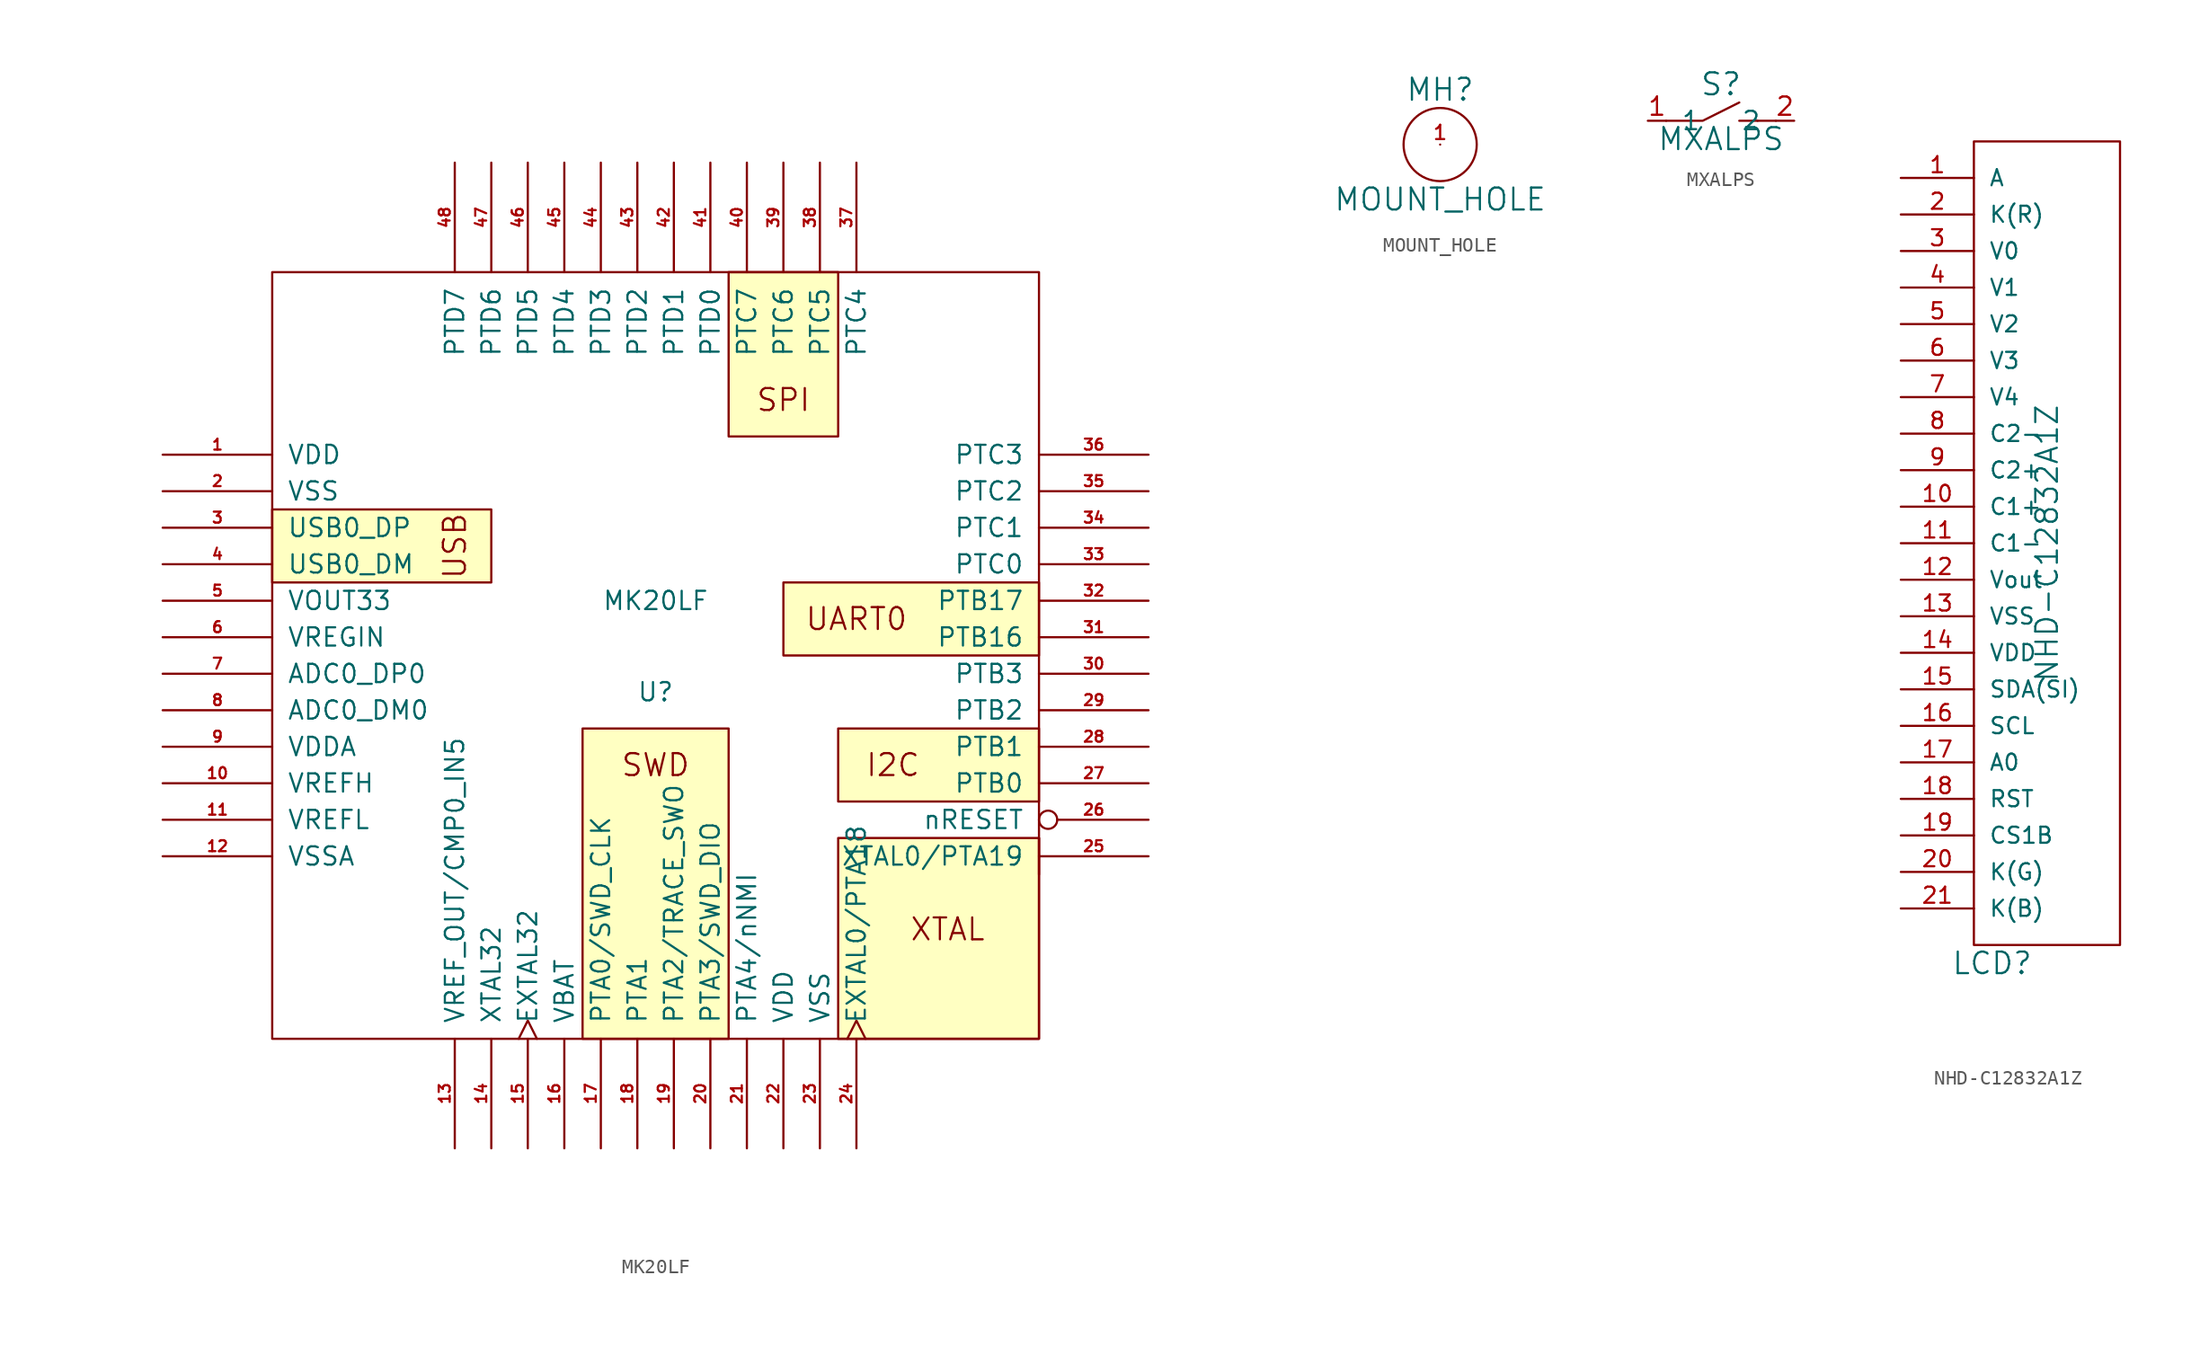
<source format=kicad_sym>
(kicad_symbol_lib
  (version 20201005)
  (generator kicad_symbol_editor)
  (symbol "MK20LF"
    (pin_names
      (offset 1.016))
    (property "Reference" "U"
      (at 0 -2.54 0)
      (effects (font (size 1.27 1.27))))
    (property "Value" "MK20LF"
      (at 0 3.81 0)
      (effects (font (size 1.27 1.27))))
    (property "Footprint" ""
      (at 0 0 0)
      (effects (font (size 1.524 1.524))))
    (property "Datasheet" ""
      (at 0 0 0)
      (effects (font (size 1.524 1.524))))
    (symbol "MK20LF_0_0"
      (text "I2C" (at 16.51 -7.62 0) (effects (font (size 1.524 1.524))))
      (text "SPI" (at 8.89 17.78 0) (effects (font (size 1.524 1.524))))
      (text "SWD" (at 0 -7.62 0) (effects (font (size 1.524 1.524))))
      (text "UART0" (at 13.97 2.54 0) (effects (font (size 1.524 1.524))))
      (text "USB" (at -13.97 7.62 900) (effects (font (size 1.524 1.524))))
      (text "XTAL" (at 20.32 -19.05 0) (effects (font (size 1.524 1.524))))
      (rectangle (start -26.67 -26.67) (end 26.67 26.67) (stroke (width 0)) (fill (type none)))
      (rectangle (start -11.43 5.08) (end -26.67 10.16) (stroke (width 0)) (fill (type background)))
      (rectangle (start 5.08 -5.08) (end -5.08 -26.67) (stroke (width 0)) (fill (type background)))
      (rectangle (start 8.89 0) (end 26.67 5.08) (stroke (width 0)) (fill (type background)))
      (rectangle (start 12.7 15.24) (end 5.08 26.67) (stroke (width 0)) (fill (type background)))
      (rectangle (start 26.67 -5.08) (end 12.7 -10.16) (stroke (width 0)) (fill (type background))))
    (symbol "MK20LF_0_1"
      (rectangle (start 26.67 -12.7) (end 26.67 -15.24) (stroke (width 0)) (fill (type none)))
      (rectangle (start 12.7 -26.67) (end 26.67 -12.7) (stroke (width 0)) (fill (type background))))
    (symbol "MK20LF_1_1"
      (pin power_in line (at -34.29 13.97 0) (length 7.62) (name "VDD" (effects (font (size 1.27 1.27)))) (number "1" (effects (font (size 0.762 0.762)))))
      (pin input line (at -34.29 -8.89 0) (length 7.62) (name "VREFH" (effects (font (size 1.27 1.27)))) (number "10" (effects (font (size 0.762 0.762)))))
      (pin input line (at -34.29 -11.43 0) (length 7.62) (name "VREFL" (effects (font (size 1.27 1.27)))) (number "11" (effects (font (size 0.762 0.762)))))
      (pin power_in line (at -34.29 -13.97 0) (length 7.62) (name "VSSA" (effects (font (size 1.27 1.27)))) (number "12" (effects (font (size 0.762 0.762)))))
      (pin passive line (at -13.97 -34.29 90) (length 7.62) (name "VREF_OUT/CMP0_IN5" (effects (font (size 1.27 1.27)))) (number "13" (effects (font (size 0.762 0.762)))))
      (pin output line (at -11.43 -34.29 90) (length 7.62) (name "XTAL32" (effects (font (size 1.27 1.27)))) (number "14" (effects (font (size 0.762 0.762)))))
      (pin input clock (at -8.89 -34.29 90) (length 7.62) (name "EXTAL32" (effects (font (size 1.27 1.27)))) (number "15" (effects (font (size 0.762 0.762)))))
      (pin power_in line (at -6.35 -34.29 90) (length 7.62) (name "VBAT" (effects (font (size 1.27 1.27)))) (number "16" (effects (font (size 0.762 0.762)))))
      (pin passive line (at -3.81 -34.29 90) (length 7.62) (name "PTA0/SWD_CLK" (effects (font (size 1.27 1.27)))) (number "17" (effects (font (size 0.762 0.762)))))
      (pin passive line (at -1.27 -34.29 90) (length 7.62) (name "PTA1" (effects (font (size 1.27 1.27)))) (number "18" (effects (font (size 0.762 0.762)))))
      (pin passive line (at 1.27 -34.29 90) (length 7.62) (name "PTA2/TRACE_SWO" (effects (font (size 1.27 1.27)))) (number "19" (effects (font (size 0.762 0.762)))))
      (pin power_in line (at -34.29 11.43 0) (length 7.62) (name "VSS" (effects (font (size 1.27 1.27)))) (number "2" (effects (font (size 0.762 0.762)))))
      (pin passive line (at 3.81 -34.29 90) (length 7.62) (name "PTA3/SWD_DIO" (effects (font (size 1.27 1.27)))) (number "20" (effects (font (size 0.762 0.762)))))
      (pin passive line (at 6.35 -34.29 90) (length 7.62) (name "PTA4/nNMI" (effects (font (size 1.27 1.27)))) (number "21" (effects (font (size 0.762 0.762)))))
      (pin power_in line (at 8.89 -34.29 90) (length 7.62) (name "VDD" (effects (font (size 1.27 1.27)))) (number "22" (effects (font (size 0.762 0.762)))))
      (pin power_in line (at 11.43 -34.29 90) (length 7.62) (name "VSS" (effects (font (size 1.27 1.27)))) (number "23" (effects (font (size 0.762 0.762)))))
      (pin passive clock (at 13.97 -34.29 90) (length 7.62) (name "EXTAL0/PTA18" (effects (font (size 1.27 1.27)))) (number "24" (effects (font (size 0.762 0.762)))))
      (pin passive line (at 34.29 -13.97 180) (length 7.62) (name "XTAL0/PTA19" (effects (font (size 1.27 1.27)))) (number "25" (effects (font (size 0.762 0.762)))))
      (pin bidirectional inverted (at 34.29 -11.43 180) (length 7.62) (name "nRESET" (effects (font (size 1.27 1.27)))) (number "26" (effects (font (size 0.762 0.762)))))
      (pin passive line (at 34.29 -8.89 180) (length 7.62) (name "PTB0" (effects (font (size 1.27 1.27)))) (number "27" (effects (font (size 0.762 0.762)))))
      (pin passive line (at 34.29 -6.35 180) (length 7.62) (name "PTB1" (effects (font (size 1.27 1.27)))) (number "28" (effects (font (size 0.762 0.762)))))
      (pin passive line (at 34.29 -3.81 180) (length 7.62) (name "PTB2" (effects (font (size 1.27 1.27)))) (number "29" (effects (font (size 0.762 0.762)))))
      (pin tri_state line (at -34.29 8.89 0) (length 7.62) (name "USB0_DP" (effects (font (size 1.27 1.27)))) (number "3" (effects (font (size 0.762 0.762)))))
      (pin passive line (at 34.29 -1.27 180) (length 7.62) (name "PTB3" (effects (font (size 1.27 1.27)))) (number "30" (effects (font (size 0.762 0.762)))))
      (pin passive line (at 34.29 1.27 180) (length 7.62) (name "PTB16" (effects (font (size 1.27 1.27)))) (number "31" (effects (font (size 0.762 0.762)))))
      (pin passive line (at 34.29 3.81 180) (length 7.62) (name "PTB17" (effects (font (size 1.27 1.27)))) (number "32" (effects (font (size 0.762 0.762)))))
      (pin passive line (at 34.29 6.35 180) (length 7.62) (name "PTC0" (effects (font (size 1.27 1.27)))) (number "33" (effects (font (size 0.762 0.762)))))
      (pin passive line (at 34.29 8.89 180) (length 7.62) (name "PTC1" (effects (font (size 1.27 1.27)))) (number "34" (effects (font (size 0.762 0.762)))))
      (pin passive line (at 34.29 11.43 180) (length 7.62) (name "PTC2" (effects (font (size 1.27 1.27)))) (number "35" (effects (font (size 0.762 0.762)))))
      (pin passive line (at 34.29 13.97 180) (length 7.62) (name "PTC3" (effects (font (size 1.27 1.27)))) (number "36" (effects (font (size 0.762 0.762)))))
      (pin passive line (at 13.97 34.29 270) (length 7.62) (name "PTC4" (effects (font (size 1.27 1.27)))) (number "37" (effects (font (size 0.762 0.762)))))
      (pin passive line (at 11.43 34.29 270) (length 7.62) (name "PTC5" (effects (font (size 1.27 1.27)))) (number "38" (effects (font (size 0.762 0.762)))))
      (pin passive line (at 8.89 34.29 270) (length 7.62) (name "PTC6" (effects (font (size 1.27 1.27)))) (number "39" (effects (font (size 0.762 0.762)))))
      (pin tri_state line (at -34.29 6.35 0) (length 7.62) (name "USB0_DM" (effects (font (size 1.27 1.27)))) (number "4" (effects (font (size 0.762 0.762)))))
      (pin passive line (at 6.35 34.29 270) (length 7.62) (name "PTC7" (effects (font (size 1.27 1.27)))) (number "40" (effects (font (size 0.762 0.762)))))
      (pin passive line (at 3.81 34.29 270) (length 7.62) (name "PTD0" (effects (font (size 1.27 1.27)))) (number "41" (effects (font (size 0.762 0.762)))))
      (pin passive line (at 1.27 34.29 270) (length 7.62) (name "PTD1" (effects (font (size 1.27 1.27)))) (number "42" (effects (font (size 0.762 0.762)))))
      (pin passive line (at -1.27 34.29 270) (length 7.62) (name "PTD2" (effects (font (size 1.27 1.27)))) (number "43" (effects (font (size 0.762 0.762)))))
      (pin passive line (at -3.81 34.29 270) (length 7.62) (name "PTD3" (effects (font (size 1.27 1.27)))) (number "44" (effects (font (size 0.762 0.762)))))
      (pin passive line (at -6.35 34.29 270) (length 7.62) (name "PTD4" (effects (font (size 1.27 1.27)))) (number "45" (effects (font (size 0.762 0.762)))))
      (pin passive line (at -8.89 34.29 270) (length 7.62) (name "PTD5" (effects (font (size 1.27 1.27)))) (number "46" (effects (font (size 0.762 0.762)))))
      (pin passive line (at -11.43 34.29 270) (length 7.62) (name "PTD6" (effects (font (size 1.27 1.27)))) (number "47" (effects (font (size 0.762 0.762)))))
      (pin passive line (at -13.97 34.29 270) (length 7.62) (name "PTD7" (effects (font (size 1.27 1.27)))) (number "48" (effects (font (size 0.762 0.762)))))
      (pin power_out line (at -34.29 3.81 0) (length 7.62) (name "VOUT33" (effects (font (size 1.27 1.27)))) (number "5" (effects (font (size 0.762 0.762)))))
      (pin power_in line (at -34.29 1.27 0) (length 7.62) (name "VREGIN" (effects (font (size 1.27 1.27)))) (number "6" (effects (font (size 0.762 0.762)))))
      (pin input line (at -34.29 -1.27 0) (length 7.62) (name "ADC0_DP0" (effects (font (size 1.27 1.27)))) (number "7" (effects (font (size 0.762 0.762)))))
      (pin input line (at -34.29 -3.81 0) (length 7.62) (name "ADC0_DM0" (effects (font (size 1.27 1.27)))) (number "8" (effects (font (size 0.762 0.762)))))
      (pin power_in line (at -34.29 -6.35 0) (length 7.62) (name "VDDA" (effects (font (size 1.27 1.27)))) (number "9" (effects (font (size 0.762 0.762)))))))
  (symbol "MOUNT_HOLE"
    (pin_names
      (offset 1.016))
    (property "Reference" "MH"
      (at 0 3.81 0)
      (effects (font (size 1.524 1.524))))
    (property "Value" "MOUNT_HOLE"
      (at 0 -3.81 0)
      (effects (font (size 1.524 1.524))))
    (property "Footprint" ""
      (at 0 0 0)
      (effects (font (size 1.524 1.524))))
    (property "Datasheet" ""
      (at 0 0 0)
      (effects (font (size 1.524 1.524))))
    (symbol "MOUNT_HOLE_0_1"
      (circle (center 0 0) (radius 2.54) (stroke (width 0)) (fill (type none))))
    (symbol "MOUNT_HOLE_1_1"
      (pin bidirectional line (at 0 0 0) (length 0) (name "~" (effects (font (size 1.27 1.27)))) (number "1" (effects (font (size 0.991 0.991)))))))
  (symbol "MXALPS"
    (pin_names
      (offset 1.016))
    (property "Reference" "S"
      (at 0 2.54 0)
      (effects (font (size 1.524 1.524))))
    (property "Value" "MXALPS"
      (at 0 -1.27 0)
      (effects (font (size 1.524 1.524))))
    (property "Footprint" ""
      (at 0 0 0)
      (effects (font (size 1.524 1.524))))
    (property "Datasheet" ""
      (at 0 0 0)
      (effects (font (size 1.524 1.524))))
    (symbol "MXALPS_0_1"
      (polyline (pts (xy 2.54 0) (xy 1.27 0)) (stroke (width 0)) (fill (type none)))
      (polyline (pts (xy 3.81 0) (xy 2.54 0)) (stroke (width 0)) (fill (type none)))
      (polyline (pts (xy 1.27 1.27) (xy -1.27 0) (xy -3.81 0)) (stroke (width 0)) (fill (type none))))
    (symbol "MXALPS_1_1"
      (pin bidirectional line (at -5.08 0 0) (length 1.27) (name "1" (effects (font (size 1.27 1.27)))) (number "1" (effects (font (size 1.27 1.27)))))
      (pin bidirectional line (at 5.08 0 180) (length 1.27) (name "2" (effects (font (size 1.27 1.27)))) (number "2" (effects (font (size 1.27 1.27)))))))
  (symbol "NHD-C12832A1Z"
    (pin_names
      (offset 1.016))
    (property "Reference" "LCD"
      (at -3.81 -29.21 0)
      (effects (font (size 1.499 1.499))))
    (property "Value" "NHD-C12832A1Z"
      (at 0 0 90)
      (effects (font (size 1.499 1.499))))
    (property "Footprint" ""
      (at 0 0 0)
      (effects (font (size 1.524 1.524))))
    (property "Datasheet" ""
      (at 0 0 0)
      (effects (font (size 1.524 1.524))))
    (symbol "NHD-C12832A1Z_0_1"
      (rectangle (start -5.08 -27.94) (end 5.08 27.94) (stroke (width 0)) (fill (type none))))
    (symbol "NHD-C12832A1Z_1_1"
      (pin passive line (at -10.16 25.4 0) (length 5.08) (name "A" (effects (font (size 1.118 1.118)))) (number "1" (effects (font (size 1.118 1.118)))))
      (pin passive line (at -10.16 2.54 0) (length 5.08) (name "C1+" (effects (font (size 1.118 1.118)))) (number "10" (effects (font (size 1.118 1.118)))))
      (pin passive line (at -10.16 0 0) (length 5.08) (name "C1-" (effects (font (size 1.118 1.118)))) (number "11" (effects (font (size 1.118 1.118)))))
      (pin passive line (at -10.16 -2.54 0) (length 5.08) (name "Vout" (effects (font (size 1.118 1.118)))) (number "12" (effects (font (size 1.118 1.118)))))
      (pin passive line (at -10.16 -5.08 0) (length 5.08) (name "VSS" (effects (font (size 1.118 1.118)))) (number "13" (effects (font (size 1.118 1.118)))))
      (pin passive line (at -10.16 -7.62 0) (length 5.08) (name "VDD" (effects (font (size 1.118 1.118)))) (number "14" (effects (font (size 1.118 1.118)))))
      (pin passive line (at -10.16 -10.16 0) (length 5.08) (name "SDA(SI)" (effects (font (size 1.118 1.118)))) (number "15" (effects (font (size 1.118 1.118)))))
      (pin passive line (at -10.16 -12.7 0) (length 5.08) (name "SCL" (effects (font (size 1.118 1.118)))) (number "16" (effects (font (size 1.118 1.118)))))
      (pin passive line (at -10.16 -15.24 0) (length 5.08) (name "A0" (effects (font (size 1.118 1.118)))) (number "17" (effects (font (size 1.118 1.118)))))
      (pin passive line (at -10.16 -17.78 0) (length 5.08) (name "RST" (effects (font (size 1.118 1.118)))) (number "18" (effects (font (size 1.118 1.118)))))
      (pin passive line (at -10.16 -20.32 0) (length 5.08) (name "CS1B" (effects (font (size 1.118 1.118)))) (number "19" (effects (font (size 1.118 1.118)))))
      (pin passive line (at -10.16 22.86 0) (length 5.08) (name "K(R)" (effects (font (size 1.118 1.118)))) (number "2" (effects (font (size 1.118 1.118)))))
      (pin passive line (at -10.16 -22.86 0) (length 5.08) (name "K(G)" (effects (font (size 1.118 1.118)))) (number "20" (effects (font (size 1.118 1.118)))))
      (pin passive line (at -10.16 -25.4 0) (length 5.08) (name "K(B)" (effects (font (size 1.118 1.118)))) (number "21" (effects (font (size 1.118 1.118)))))
      (pin passive line (at -10.16 20.32 0) (length 5.08) (name "V0" (effects (font (size 1.118 1.118)))) (number "3" (effects (font (size 1.118 1.118)))))
      (pin passive line (at -10.16 17.78 0) (length 5.08) (name "V1" (effects (font (size 1.118 1.118)))) (number "4" (effects (font (size 1.118 1.118)))))
      (pin passive line (at -10.16 15.24 0) (length 5.08) (name "V2" (effects (font (size 1.118 1.118)))) (number "5" (effects (font (size 1.118 1.118)))))
      (pin passive line (at -10.16 12.7 0) (length 5.08) (name "V3" (effects (font (size 1.118 1.118)))) (number "6" (effects (font (size 1.118 1.118)))))
      (pin passive line (at -10.16 10.16 0) (length 5.08) (name "V4" (effects (font (size 1.118 1.118)))) (number "7" (effects (font (size 1.118 1.118)))))
      (pin passive line (at -10.16 7.62 0) (length 5.08) (name "C2-" (effects (font (size 1.118 1.118)))) (number "8" (effects (font (size 1.118 1.118)))))
      (pin passive line (at -10.16 5.08 0) (length 5.08) (name "C2+" (effects (font (size 1.118 1.118)))) (number "9" (effects (font (size 1.118 1.118))))))))
</source>
